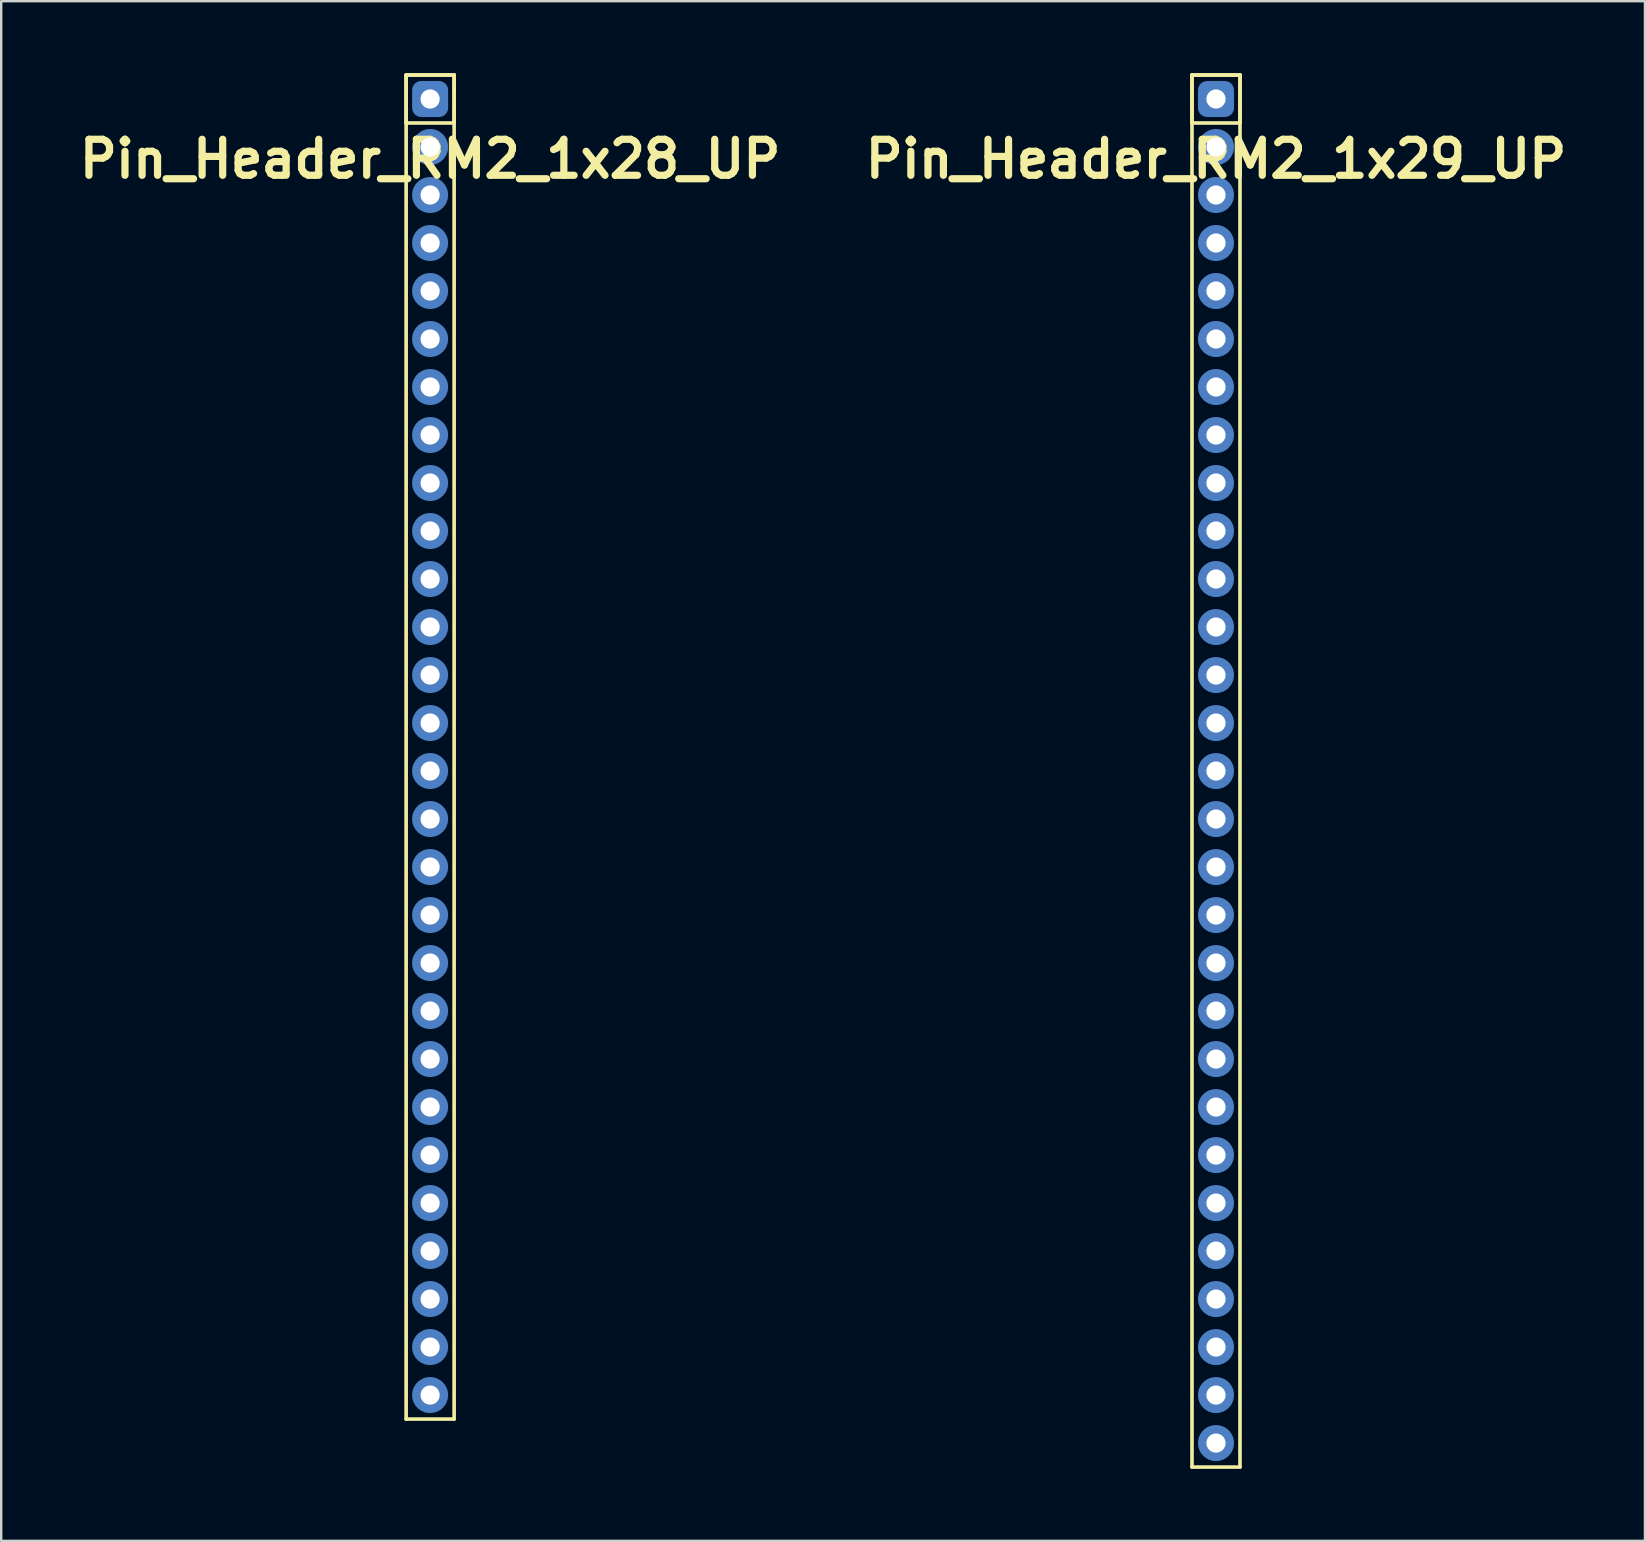
<source format=kicad_pcb>
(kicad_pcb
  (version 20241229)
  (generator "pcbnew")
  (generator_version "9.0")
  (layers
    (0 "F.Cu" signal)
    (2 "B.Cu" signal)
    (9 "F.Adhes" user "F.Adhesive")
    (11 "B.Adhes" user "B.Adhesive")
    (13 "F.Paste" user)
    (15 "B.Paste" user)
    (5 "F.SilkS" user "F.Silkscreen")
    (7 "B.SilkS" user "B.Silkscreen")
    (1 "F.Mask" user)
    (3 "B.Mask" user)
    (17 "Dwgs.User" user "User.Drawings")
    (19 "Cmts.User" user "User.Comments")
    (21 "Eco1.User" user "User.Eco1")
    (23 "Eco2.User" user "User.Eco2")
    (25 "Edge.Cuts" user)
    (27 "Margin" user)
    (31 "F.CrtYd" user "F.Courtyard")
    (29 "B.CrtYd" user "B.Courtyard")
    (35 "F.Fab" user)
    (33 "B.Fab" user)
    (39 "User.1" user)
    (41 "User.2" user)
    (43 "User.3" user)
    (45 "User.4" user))
  (footprint "Pin_Header_RM2_1x29_UP"
    (layer "F.Cu")
    (at 47.614 1.075)
    (property "Reference" "Pin_Header_RM2_1x29_UP" (at 0 2.5 0) (layer "F.SilkS") (effects (font (size 1.5 1.5) (thickness 0.3))))
    (attr through_hole)
    (fp_line (start -1 -1) (end 1 -1) (stroke (width 0.15) (type solid)) (layer "F.SilkS"))
    (fp_line (start -1 -1) (end 1 -1) (stroke (width 0.15) (type solid)) (layer "F.SilkS"))
    (fp_line (start -1 1) (end -1 -1) (stroke (width 0.15) (type solid)) (layer "F.SilkS"))
    (fp_line (start -1 57) (end -1 -1) (stroke (width 0.15) (type solid)) (layer "F.SilkS"))
    (fp_line (start 1 -1) (end 1 1) (stroke (width 0.15) (type solid)) (layer "F.SilkS"))
    (fp_line (start 1 -1) (end 1 57) (stroke (width 0.15) (type solid)) (layer "F.SilkS"))
    (fp_line (start 1 1) (end -1 1) (stroke (width 0.15) (type solid)) (layer "F.SilkS"))
    (fp_line (start 1 57) (end -1 57) (stroke (width 0.15) (type solid)) (layer "F.SilkS"))
    (pad "1" thru_hole circle (at 0 0) (size 1.1 1.1) (drill 0.8) (layers "*.Cu" "*.Mask"))
    (pad "1" smd roundrect (at 0 0) (size 1.25 1.25) (layers "F.Cu" "F.Mask") (roundrect_rratio 0.25))
    (pad "1" smd roundrect (at 0 0) (size 1.5 1.5) (layers "B.Cu" "B.Mask") (roundrect_rratio 0.25))
    (pad "2" thru_hole circle (at 0 2) (size 1.1 1.1) (drill 0.8) (layers "*.Cu" "*.Mask"))
    (pad "2" smd circle (at 0 2) (size 1.25 1.25) (layers "F.Cu" "F.Mask"))
    (pad "2" smd circle (at 0 2) (size 1.5 1.5) (layers "B.Cu" "B.Mask"))
    (pad "3" thru_hole circle (at 0 4) (size 1.1 1.1) (drill 0.8) (layers "*.Cu" "*.Mask"))
    (pad "3" smd circle (at 0 4) (size 1.25 1.25) (layers "F.Cu" "F.Mask"))
    (pad "3" smd circle (at 0 4) (size 1.5 1.5) (layers "B.Cu" "B.Mask"))
    (pad "4" thru_hole circle (at 0 6) (size 1.1 1.1) (drill 0.8) (layers "*.Cu" "*.Mask"))
    (pad "4" smd circle (at 0 6) (size 1.25 1.25) (layers "F.Cu" "F.Mask"))
    (pad "4" smd circle (at 0 6) (size 1.5 1.5) (layers "B.Cu" "B.Mask"))
    (pad "5" thru_hole circle (at 0 8) (size 1.1 1.1) (drill 0.8) (layers "*.Cu" "*.Mask"))
    (pad "5" smd circle (at 0 8) (size 1.25 1.25) (layers "F.Cu" "F.Mask"))
    (pad "5" smd circle (at 0 8) (size 1.5 1.5) (layers "B.Cu" "B.Mask"))
    (pad "6" thru_hole circle (at 0 10) (size 1.1 1.1) (drill 0.8) (layers "*.Cu" "*.Mask"))
    (pad "6" smd circle (at 0 10) (size 1.25 1.25) (layers "F.Cu" "F.Mask"))
    (pad "6" smd circle (at 0 10) (size 1.5 1.5) (layers "B.Cu" "B.Mask"))
    (pad "7" thru_hole circle (at 0 12) (size 1.1 1.1) (drill 0.8) (layers "*.Cu" "*.Mask"))
    (pad "7" smd circle (at 0 12) (size 1.25 1.25) (layers "F.Cu" "F.Mask"))
    (pad "7" smd circle (at 0 12) (size 1.5 1.5) (layers "B.Cu" "B.Mask"))
    (pad "8" thru_hole circle (at 0 14) (size 1.1 1.1) (drill 0.8) (layers "*.Cu" "*.Mask"))
    (pad "8" smd circle (at 0 14) (size 1.25 1.25) (layers "F.Cu" "F.Mask"))
    (pad "8" smd circle (at 0 14) (size 1.5 1.5) (layers "B.Cu" "B.Mask"))
    (pad "9" thru_hole circle (at 0 16) (size 1.1 1.1) (drill 0.8) (layers "*.Cu" "*.Mask"))
    (pad "9" smd circle (at 0 16) (size 1.25 1.25) (layers "F.Cu" "F.Mask"))
    (pad "9" smd circle (at 0 16) (size 1.5 1.5) (layers "B.Cu" "B.Mask"))
    (pad "10" thru_hole circle (at 0 18) (size 1.1 1.1) (drill 0.8) (layers "*.Cu" "*.Mask"))
    (pad "10" smd circle (at 0 18) (size 1.25 1.25) (layers "F.Cu" "F.Mask"))
    (pad "10" smd circle (at 0 18) (size 1.5 1.5) (layers "B.Cu" "B.Mask"))
    (pad "11" thru_hole circle (at 0 20) (size 1.1 1.1) (drill 0.8) (layers "*.Cu" "*.Mask"))
    (pad "11" smd circle (at 0 20) (size 1.25 1.25) (layers "F.Cu" "F.Mask"))
    (pad "11" smd circle (at 0 20) (size 1.5 1.5) (layers "B.Cu" "B.Mask"))
    (pad "12" thru_hole circle (at 0 22) (size 1.1 1.1) (drill 0.8) (layers "*.Cu" "*.Mask"))
    (pad "12" smd circle (at 0 22) (size 1.25 1.25) (layers "F.Cu" "F.Mask"))
    (pad "12" smd circle (at 0 22) (size 1.5 1.5) (layers "B.Cu" "B.Mask"))
    (pad "13" thru_hole circle (at 0 24) (size 1.1 1.1) (drill 0.8) (layers "*.Cu" "*.Mask"))
    (pad "13" smd circle (at 0 24) (size 1.25 1.25) (layers "F.Cu" "F.Mask"))
    (pad "13" smd circle (at 0 24) (size 1.5 1.5) (layers "B.Cu" "B.Mask"))
    (pad "14" thru_hole circle (at 0 26) (size 1.1 1.1) (drill 0.8) (layers "*.Cu" "*.Mask"))
    (pad "14" smd circle (at 0 26) (size 1.25 1.25) (layers "F.Cu" "F.Mask"))
    (pad "14" smd circle (at 0 26) (size 1.5 1.5) (layers "B.Cu" "B.Mask"))
    (pad "15" thru_hole circle (at 0 28) (size 1.1 1.1) (drill 0.8) (layers "*.Cu" "*.Mask"))
    (pad "15" smd circle (at 0 28) (size 1.25 1.25) (layers "F.Cu" "F.Mask"))
    (pad "15" smd circle (at 0 28) (size 1.5 1.5) (layers "B.Cu" "B.Mask"))
    (pad "16" thru_hole circle (at 0 30) (size 1.1 1.1) (drill 0.8) (layers "*.Cu" "*.Mask"))
    (pad "16" smd circle (at 0 30) (size 1.25 1.25) (layers "F.Cu" "F.Mask"))
    (pad "16" smd circle (at 0 30) (size 1.5 1.5) (layers "B.Cu" "B.Mask"))
    (pad "17" thru_hole circle (at 0 32) (size 1.1 1.1) (drill 0.8) (layers "*.Cu" "*.Mask"))
    (pad "17" smd circle (at 0 32) (size 1.25 1.25) (layers "F.Cu" "F.Mask"))
    (pad "17" smd circle (at 0 32) (size 1.5 1.5) (layers "B.Cu" "B.Mask"))
    (pad "18" thru_hole circle (at 0 34) (size 1.1 1.1) (drill 0.8) (layers "*.Cu" "*.Mask"))
    (pad "18" smd circle (at 0 34) (size 1.25 1.25) (layers "F.Cu" "F.Mask"))
    (pad "18" smd circle (at 0 34) (size 1.5 1.5) (layers "B.Cu" "B.Mask"))
    (pad "19" thru_hole circle (at 0 36) (size 1.1 1.1) (drill 0.8) (layers "*.Cu" "*.Mask"))
    (pad "19" smd circle (at 0 36) (size 1.25 1.25) (layers "F.Cu" "F.Mask"))
    (pad "19" smd circle (at 0 36) (size 1.5 1.5) (layers "B.Cu" "B.Mask"))
    (pad "20" thru_hole circle (at 0 38) (size 1.1 1.1) (drill 0.8) (layers "*.Cu" "*.Mask"))
    (pad "20" smd circle (at 0 38) (size 1.25 1.25) (layers "F.Cu" "F.Mask"))
    (pad "20" smd circle (at 0 38) (size 1.5 1.5) (layers "B.Cu" "B.Mask"))
    (pad "21" thru_hole circle (at 0 40) (size 1.1 1.1) (drill 0.8) (layers "*.Cu" "*.Mask"))
    (pad "21" smd circle (at 0 40) (size 1.25 1.25) (layers "F.Cu" "F.Mask"))
    (pad "21" smd circle (at 0 40) (size 1.5 1.5) (layers "B.Cu" "B.Mask"))
    (pad "22" thru_hole circle (at 0 42) (size 1.1 1.1) (drill 0.8) (layers "*.Cu" "*.Mask"))
    (pad "22" smd circle (at 0 42) (size 1.25 1.25) (layers "F.Cu" "F.Mask"))
    (pad "22" smd circle (at 0 42) (size 1.5 1.5) (layers "B.Cu" "B.Mask"))
    (pad "23" thru_hole circle (at 0 44) (size 1.1 1.1) (drill 0.8) (layers "*.Cu" "*.Mask"))
    (pad "23" smd circle (at 0 44) (size 1.25 1.25) (layers "F.Cu" "F.Mask"))
    (pad "23" smd circle (at 0 44) (size 1.5 1.5) (layers "B.Cu" "B.Mask"))
    (pad "24" thru_hole circle (at 0 46) (size 1.1 1.1) (drill 0.8) (layers "*.Cu" "*.Mask"))
    (pad "24" smd circle (at 0 46) (size 1.25 1.25) (layers "F.Cu" "F.Mask"))
    (pad "24" smd circle (at 0 46) (size 1.5 1.5) (layers "B.Cu" "B.Mask"))
    (pad "25" thru_hole circle (at 0 48) (size 1.1 1.1) (drill 0.8) (layers "*.Cu" "*.Mask"))
    (pad "25" smd circle (at 0 48) (size 1.25 1.25) (layers "F.Cu" "F.Mask"))
    (pad "25" smd circle (at 0 48) (size 1.5 1.5) (layers "B.Cu" "B.Mask"))
    (pad "26" thru_hole circle (at 0 50) (size 1.1 1.1) (drill 0.8) (layers "*.Cu" "*.Mask"))
    (pad "26" smd circle (at 0 50) (size 1.25 1.25) (layers "F.Cu" "F.Mask"))
    (pad "26" smd circle (at 0 50) (size 1.5 1.5) (layers "B.Cu" "B.Mask"))
    (pad "27" thru_hole circle (at 0 52) (size 1.1 1.1) (drill 0.8) (layers "*.Cu" "*.Mask"))
    (pad "27" smd circle (at 0 52) (size 1.25 1.25) (layers "F.Cu" "F.Mask"))
    (pad "27" smd circle (at 0 52) (size 1.5 1.5) (layers "B.Cu" "B.Mask"))
    (pad "28" thru_hole circle (at 0 54) (size 1.1 1.1) (drill 0.8) (layers "*.Cu" "*.Mask"))
    (pad "28" smd circle (at 0 54) (size 1.25 1.25) (layers "F.Cu" "F.Mask"))
    (pad "28" smd circle (at 0 54) (size 1.5 1.5) (layers "B.Cu" "B.Mask"))
    (pad "29" thru_hole circle (at 0 56) (size 1.1 1.1) (drill 0.8) (layers "*.Cu" "*.Mask"))
    (pad "29" smd circle (at 0 56) (size 1.25 1.25) (layers "F.Cu" "F.Mask"))
    (pad "29" smd circle (at 0 56) (size 1.5 1.5) (layers "B.Cu" "B.Mask")))
  (footprint "Pin_Header_RM2_1x28_UP"
    (layer "F.Cu")
    (at 14.871 1.075)
    (property "Reference" "Pin_Header_RM2_1x28_UP" (at 0 2.5 0) (layer "F.SilkS") (effects (font (size 1.5 1.5) (thickness 0.3))))
    (attr through_hole)
    (fp_line (start -1 -1) (end 1 -1) (stroke (width 0.15) (type solid)) (layer "F.SilkS"))
    (fp_line (start -1 -1) (end 1 -1) (stroke (width 0.15) (type solid)) (layer "F.SilkS"))
    (fp_line (start -1 1) (end -1 -1) (stroke (width 0.15) (type solid)) (layer "F.SilkS"))
    (fp_line (start -1 55) (end -1 -1) (stroke (width 0.15) (type solid)) (layer "F.SilkS"))
    (fp_line (start 1 -1) (end 1 1) (stroke (width 0.15) (type solid)) (layer "F.SilkS"))
    (fp_line (start 1 -1) (end 1 55) (stroke (width 0.15) (type solid)) (layer "F.SilkS"))
    (fp_line (start 1 1) (end -1 1) (stroke (width 0.15) (type solid)) (layer "F.SilkS"))
    (fp_line (start 1 55) (end -1 55) (stroke (width 0.15) (type solid)) (layer "F.SilkS"))
    (pad "1" thru_hole circle (at 0 0) (size 1.1 1.1) (drill 0.8) (layers "*.Cu" "*.Mask"))
    (pad "1" smd roundrect (at 0 0) (size 1.25 1.25) (layers "F.Cu" "F.Mask") (roundrect_rratio 0.25))
    (pad "1" smd roundrect (at 0 0) (size 1.5 1.5) (layers "B.Cu" "B.Mask") (roundrect_rratio 0.25))
    (pad "2" thru_hole circle (at 0 2) (size 1.1 1.1) (drill 0.8) (layers "*.Cu" "*.Mask"))
    (pad "2" smd circle (at 0 2) (size 1.25 1.25) (layers "F.Cu" "F.Mask"))
    (pad "2" smd circle (at 0 2) (size 1.5 1.5) (layers "B.Cu" "B.Mask"))
    (pad "3" thru_hole circle (at 0 4) (size 1.1 1.1) (drill 0.8) (layers "*.Cu" "*.Mask"))
    (pad "3" smd circle (at 0 4) (size 1.25 1.25) (layers "F.Cu" "F.Mask"))
    (pad "3" smd circle (at 0 4) (size 1.5 1.5) (layers "B.Cu" "B.Mask"))
    (pad "4" thru_hole circle (at 0 6) (size 1.1 1.1) (drill 0.8) (layers "*.Cu" "*.Mask"))
    (pad "4" smd circle (at 0 6) (size 1.25 1.25) (layers "F.Cu" "F.Mask"))
    (pad "4" smd circle (at 0 6) (size 1.5 1.5) (layers "B.Cu" "B.Mask"))
    (pad "5" thru_hole circle (at 0 8) (size 1.1 1.1) (drill 0.8) (layers "*.Cu" "*.Mask"))
    (pad "5" smd circle (at 0 8) (size 1.25 1.25) (layers "F.Cu" "F.Mask"))
    (pad "5" smd circle (at 0 8) (size 1.5 1.5) (layers "B.Cu" "B.Mask"))
    (pad "6" thru_hole circle (at 0 10) (size 1.1 1.1) (drill 0.8) (layers "*.Cu" "*.Mask"))
    (pad "6" smd circle (at 0 10) (size 1.25 1.25) (layers "F.Cu" "F.Mask"))
    (pad "6" smd circle (at 0 10) (size 1.5 1.5) (layers "B.Cu" "B.Mask"))
    (pad "7" thru_hole circle (at 0 12) (size 1.1 1.1) (drill 0.8) (layers "*.Cu" "*.Mask"))
    (pad "7" smd circle (at 0 12) (size 1.25 1.25) (layers "F.Cu" "F.Mask"))
    (pad "7" smd circle (at 0 12) (size 1.5 1.5) (layers "B.Cu" "B.Mask"))
    (pad "8" thru_hole circle (at 0 14) (size 1.1 1.1) (drill 0.8) (layers "*.Cu" "*.Mask"))
    (pad "8" smd circle (at 0 14) (size 1.25 1.25) (layers "F.Cu" "F.Mask"))
    (pad "8" smd circle (at 0 14) (size 1.5 1.5) (layers "B.Cu" "B.Mask"))
    (pad "9" thru_hole circle (at 0 16) (size 1.1 1.1) (drill 0.8) (layers "*.Cu" "*.Mask"))
    (pad "9" smd circle (at 0 16) (size 1.25 1.25) (layers "F.Cu" "F.Mask"))
    (pad "9" smd circle (at 0 16) (size 1.5 1.5) (layers "B.Cu" "B.Mask"))
    (pad "10" thru_hole circle (at 0 18) (size 1.1 1.1) (drill 0.8) (layers "*.Cu" "*.Mask"))
    (pad "10" smd circle (at 0 18) (size 1.25 1.25) (layers "F.Cu" "F.Mask"))
    (pad "10" smd circle (at 0 18) (size 1.5 1.5) (layers "B.Cu" "B.Mask"))
    (pad "11" thru_hole circle (at 0 20) (size 1.1 1.1) (drill 0.8) (layers "*.Cu" "*.Mask"))
    (pad "11" smd circle (at 0 20) (size 1.25 1.25) (layers "F.Cu" "F.Mask"))
    (pad "11" smd circle (at 0 20) (size 1.5 1.5) (layers "B.Cu" "B.Mask"))
    (pad "12" thru_hole circle (at 0 22) (size 1.1 1.1) (drill 0.8) (layers "*.Cu" "*.Mask"))
    (pad "12" smd circle (at 0 22) (size 1.25 1.25) (layers "F.Cu" "F.Mask"))
    (pad "12" smd circle (at 0 22) (size 1.5 1.5) (layers "B.Cu" "B.Mask"))
    (pad "13" thru_hole circle (at 0 24) (size 1.1 1.1) (drill 0.8) (layers "*.Cu" "*.Mask"))
    (pad "13" smd circle (at 0 24) (size 1.25 1.25) (layers "F.Cu" "F.Mask"))
    (pad "13" smd circle (at 0 24) (size 1.5 1.5) (layers "B.Cu" "B.Mask"))
    (pad "14" thru_hole circle (at 0 26) (size 1.1 1.1) (drill 0.8) (layers "*.Cu" "*.Mask"))
    (pad "14" smd circle (at 0 26) (size 1.25 1.25) (layers "F.Cu" "F.Mask"))
    (pad "14" smd circle (at 0 26) (size 1.5 1.5) (layers "B.Cu" "B.Mask"))
    (pad "15" thru_hole circle (at 0 28) (size 1.1 1.1) (drill 0.8) (layers "*.Cu" "*.Mask"))
    (pad "15" smd circle (at 0 28) (size 1.25 1.25) (layers "F.Cu" "F.Mask"))
    (pad "15" smd circle (at 0 28) (size 1.5 1.5) (layers "B.Cu" "B.Mask"))
    (pad "16" thru_hole circle (at 0 30) (size 1.1 1.1) (drill 0.8) (layers "*.Cu" "*.Mask"))
    (pad "16" smd circle (at 0 30) (size 1.25 1.25) (layers "F.Cu" "F.Mask"))
    (pad "16" smd circle (at 0 30) (size 1.5 1.5) (layers "B.Cu" "B.Mask"))
    (pad "17" thru_hole circle (at 0 32) (size 1.1 1.1) (drill 0.8) (layers "*.Cu" "*.Mask"))
    (pad "17" smd circle (at 0 32) (size 1.25 1.25) (layers "F.Cu" "F.Mask"))
    (pad "17" smd circle (at 0 32) (size 1.5 1.5) (layers "B.Cu" "B.Mask"))
    (pad "18" thru_hole circle (at 0 34) (size 1.1 1.1) (drill 0.8) (layers "*.Cu" "*.Mask"))
    (pad "18" smd circle (at 0 34) (size 1.25 1.25) (layers "F.Cu" "F.Mask"))
    (pad "18" smd circle (at 0 34) (size 1.5 1.5) (layers "B.Cu" "B.Mask"))
    (pad "19" thru_hole circle (at 0 36) (size 1.1 1.1) (drill 0.8) (layers "*.Cu" "*.Mask"))
    (pad "19" smd circle (at 0 36) (size 1.25 1.25) (layers "F.Cu" "F.Mask"))
    (pad "19" smd circle (at 0 36) (size 1.5 1.5) (layers "B.Cu" "B.Mask"))
    (pad "20" thru_hole circle (at 0 38) (size 1.1 1.1) (drill 0.8) (layers "*.Cu" "*.Mask"))
    (pad "20" smd circle (at 0 38) (size 1.25 1.25) (layers "F.Cu" "F.Mask"))
    (pad "20" smd circle (at 0 38) (size 1.5 1.5) (layers "B.Cu" "B.Mask"))
    (pad "21" thru_hole circle (at 0 40) (size 1.1 1.1) (drill 0.8) (layers "*.Cu" "*.Mask"))
    (pad "21" smd circle (at 0 40) (size 1.25 1.25) (layers "F.Cu" "F.Mask"))
    (pad "21" smd circle (at 0 40) (size 1.5 1.5) (layers "B.Cu" "B.Mask"))
    (pad "22" thru_hole circle (at 0 42) (size 1.1 1.1) (drill 0.8) (layers "*.Cu" "*.Mask"))
    (pad "22" smd circle (at 0 42) (size 1.25 1.25) (layers "F.Cu" "F.Mask"))
    (pad "22" smd circle (at 0 42) (size 1.5 1.5) (layers "B.Cu" "B.Mask"))
    (pad "23" thru_hole circle (at 0 44) (size 1.1 1.1) (drill 0.8) (layers "*.Cu" "*.Mask"))
    (pad "23" smd circle (at 0 44) (size 1.25 1.25) (layers "F.Cu" "F.Mask"))
    (pad "23" smd circle (at 0 44) (size 1.5 1.5) (layers "B.Cu" "B.Mask"))
    (pad "24" thru_hole circle (at 0 46) (size 1.1 1.1) (drill 0.8) (layers "*.Cu" "*.Mask"))
    (pad "24" smd circle (at 0 46) (size 1.25 1.25) (layers "F.Cu" "F.Mask"))
    (pad "24" smd circle (at 0 46) (size 1.5 1.5) (layers "B.Cu" "B.Mask"))
    (pad "25" thru_hole circle (at 0 48) (size 1.1 1.1) (drill 0.8) (layers "*.Cu" "*.Mask"))
    (pad "25" smd circle (at 0 48) (size 1.25 1.25) (layers "F.Cu" "F.Mask"))
    (pad "25" smd circle (at 0 48) (size 1.5 1.5) (layers "B.Cu" "B.Mask"))
    (pad "26" thru_hole circle (at 0 50) (size 1.1 1.1) (drill 0.8) (layers "*.Cu" "*.Mask"))
    (pad "26" smd circle (at 0 50) (size 1.25 1.25) (layers "F.Cu" "F.Mask"))
    (pad "26" smd circle (at 0 50) (size 1.5 1.5) (layers "B.Cu" "B.Mask"))
    (pad "27" thru_hole circle (at 0 52) (size 1.1 1.1) (drill 0.8) (layers "*.Cu" "*.Mask"))
    (pad "27" smd circle (at 0 52) (size 1.25 1.25) (layers "F.Cu" "F.Mask"))
    (pad "27" smd circle (at 0 52) (size 1.5 1.5) (layers "B.Cu" "B.Mask"))
    (pad "28" thru_hole circle (at 0 54) (size 1.1 1.1) (drill 0.8) (layers "*.Cu" "*.Mask"))
    (pad "28" smd circle (at 0 54) (size 1.25 1.25) (layers "F.Cu" "F.Mask"))
    (pad "28" smd circle (at 0 54) (size 1.5 1.5) (layers "B.Cu" "B.Mask")))
  (gr_rect
    (start -3 -3)
    (end 65.486 61.15)
    (stroke (width 0.1) (type default))
    (fill no)
    (layer "Edge.Cuts")))
</source>
